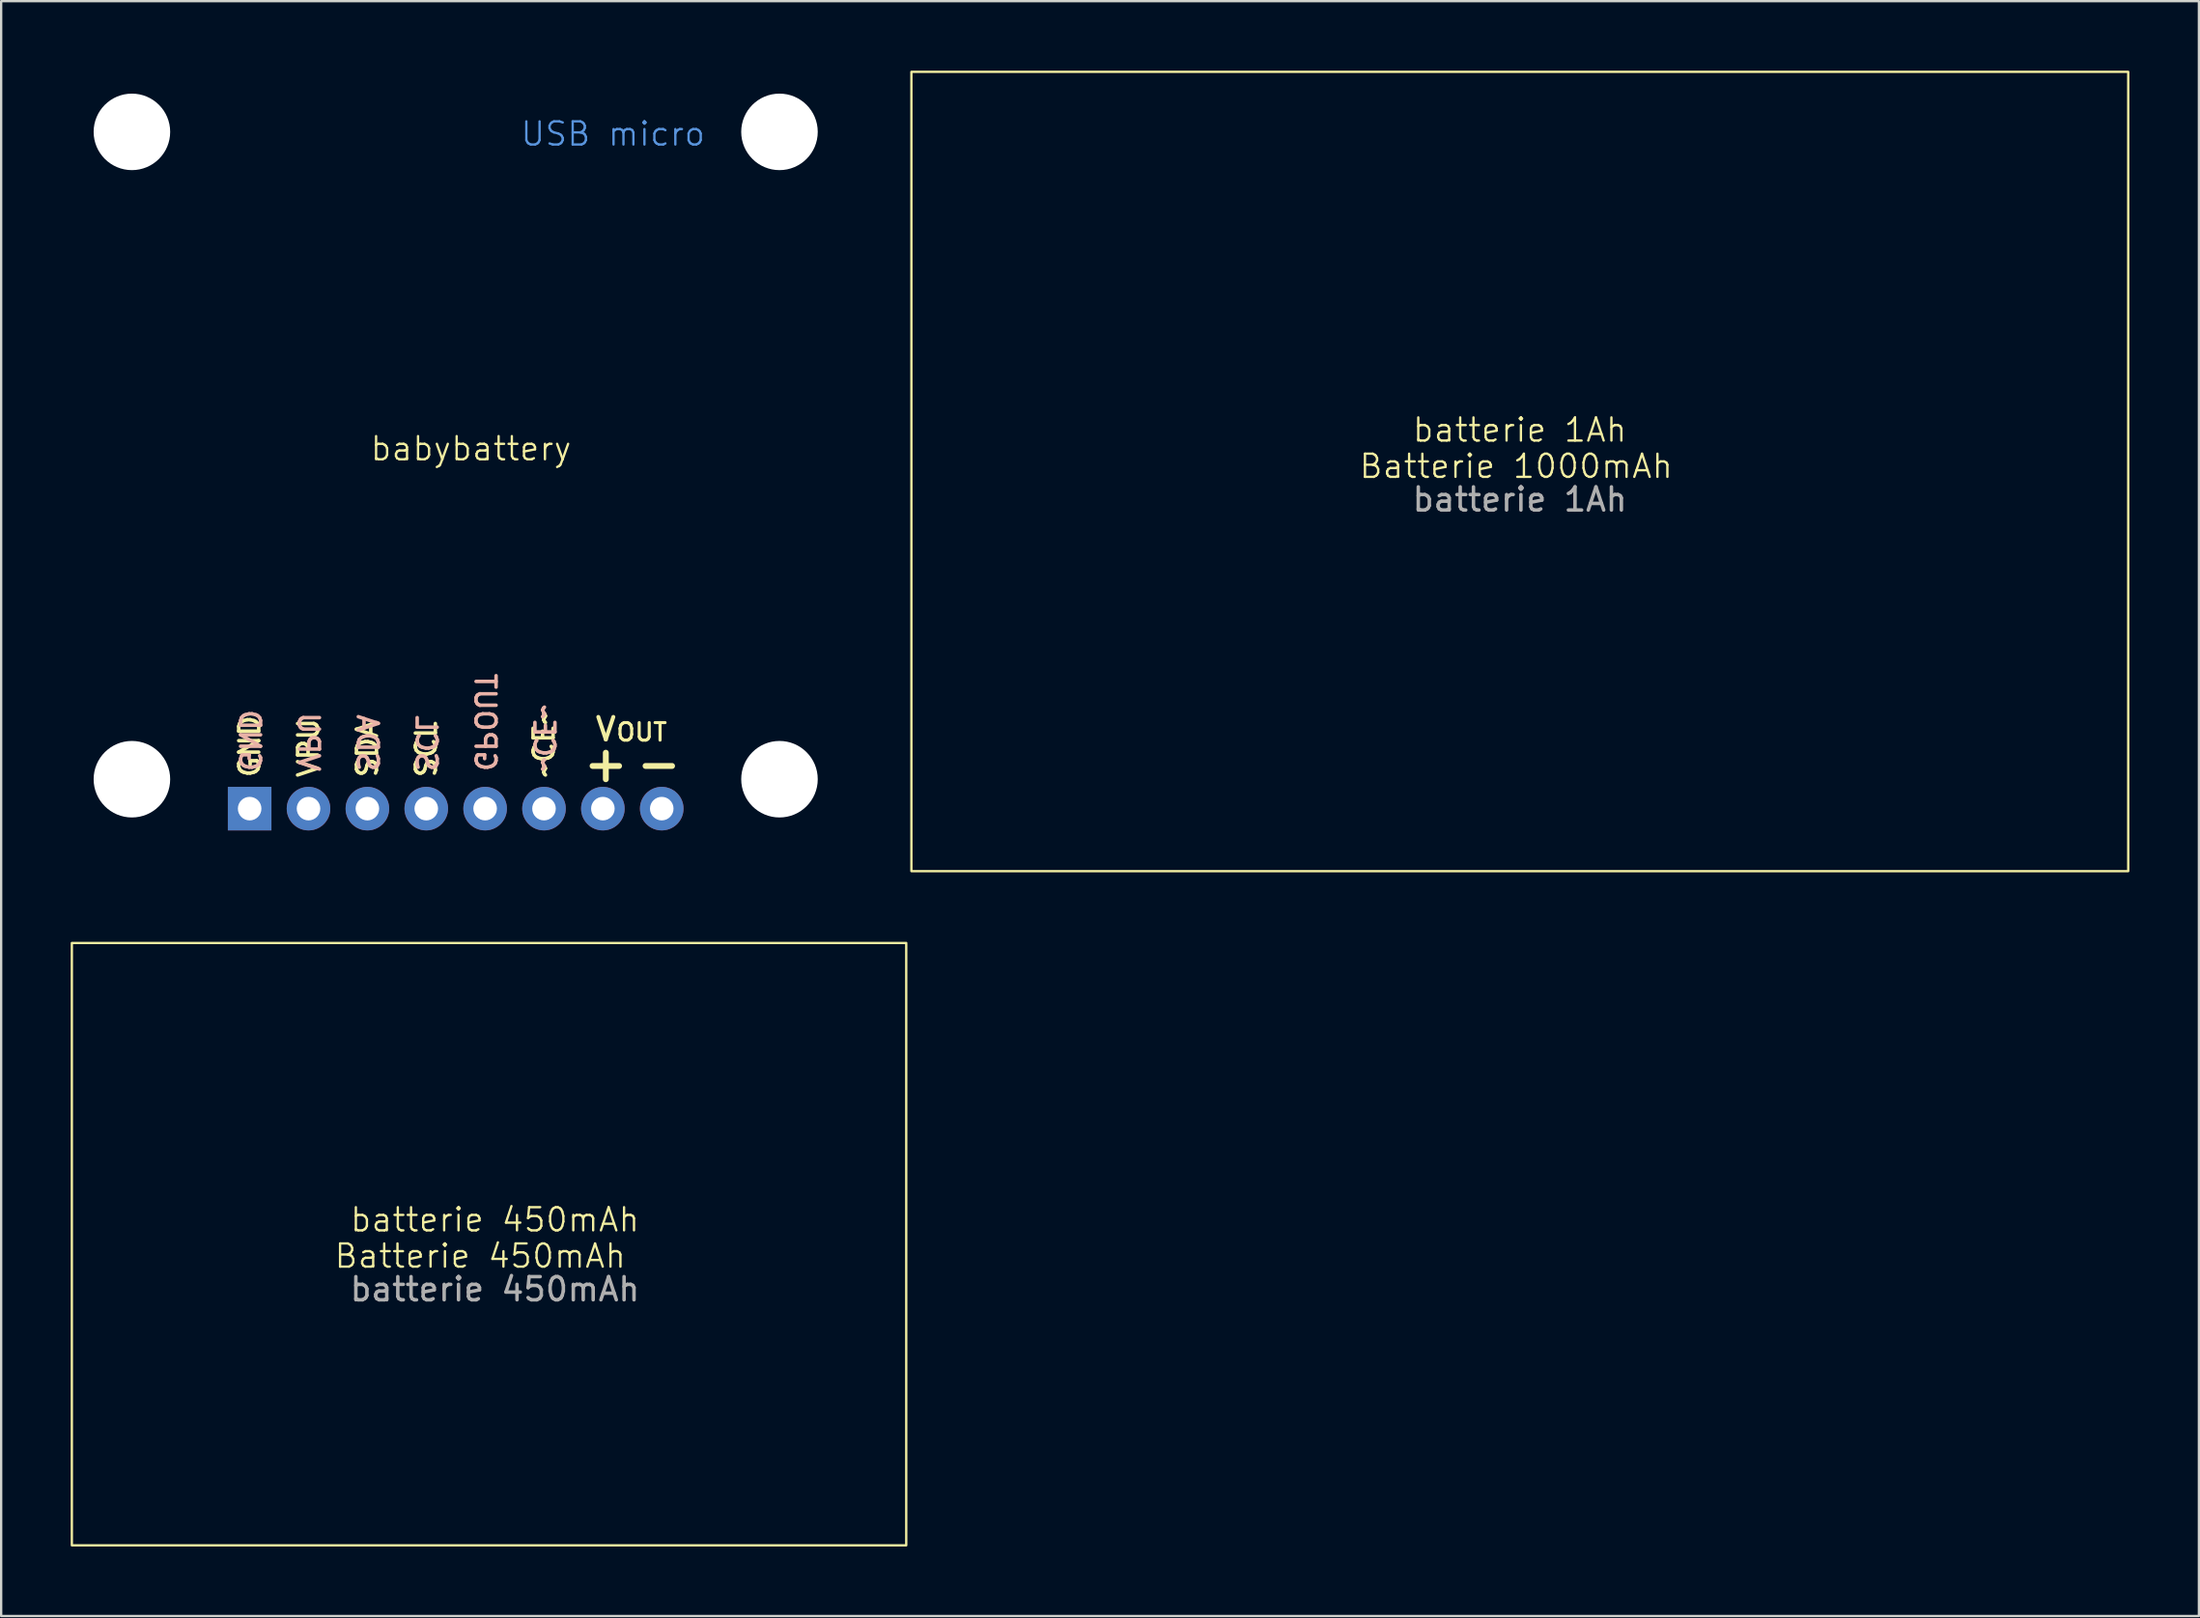
<source format=kicad_pcb>
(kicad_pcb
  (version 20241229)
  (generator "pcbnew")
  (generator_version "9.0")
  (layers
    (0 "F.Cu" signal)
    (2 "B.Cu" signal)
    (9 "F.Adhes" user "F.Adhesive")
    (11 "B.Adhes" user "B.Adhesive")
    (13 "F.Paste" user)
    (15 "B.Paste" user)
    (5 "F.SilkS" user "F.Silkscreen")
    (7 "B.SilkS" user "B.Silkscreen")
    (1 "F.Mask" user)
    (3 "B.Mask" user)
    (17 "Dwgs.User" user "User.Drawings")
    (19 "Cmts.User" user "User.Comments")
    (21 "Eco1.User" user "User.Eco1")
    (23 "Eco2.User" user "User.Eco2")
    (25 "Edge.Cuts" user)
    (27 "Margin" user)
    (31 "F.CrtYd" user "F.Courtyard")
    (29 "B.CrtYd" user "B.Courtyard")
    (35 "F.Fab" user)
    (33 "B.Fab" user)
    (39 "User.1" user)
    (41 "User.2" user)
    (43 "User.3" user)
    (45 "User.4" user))
  (footprint "babybattery"
    (layer "F.Cu")
    (at 17.221 16.815)
    (property "Reference" "babybattery" (at 0.051 -0.5 0) (unlocked yes) (layer "F.SilkS") (effects (font (size 1 1) (thickness 0.1))))
    (attr through_hole)
    (fp_line (start 5.867 12.624) (end 5.867 13.767) (stroke (width 0.254) (type solid)) (layer "F.SilkS"))
    (fp_line (start 6.439 13.195) (end 5.296 13.195) (stroke (width 0.254) (type solid)) (layer "F.SilkS"))
    (fp_line (start 8.725 13.195) (end 7.582 13.195) (stroke (width 0.254) (type solid)) (layer "F.SilkS"))
    (fp_line (start -17.12 -16.713) (end 15.9 -16.713) (stroke (width 0.203) (type solid)) (layer "User.1"))
    (fp_line (start -17.12 16.307) (end -17.12 -16.713) (stroke (width 0.203) (type solid)) (layer "User.1"))
    (fp_line (start -4 -14.211) (end -3.365 -14.211) (stroke (width 0.1) (type default)) (layer "User.1"))
    (fp_line (start -3.365 -14.846) (end -4 -14.211) (stroke (width 0.1) (type default)) (layer "User.1"))
    (fp_line (start -3.365 -14.846) (end -3.365 -15.481) (stroke (width 0.1) (type default)) (layer "User.1"))
    (fp_line (start -3.365 -14.211) (end -2.731 -14.211) (stroke (width 0.1) (type default)) (layer "User.1"))
    (fp_line (start -3.365 -13.576) (end -3.365 -14.211) (stroke (width 0.1) (type default)) (layer "User.1"))
    (fp_line (start -2.985 -14.846) (end -2.731 -15.1) (stroke (width 0.1) (type default)) (layer "User.1"))
    (fp_line (start -2.857 -15.227) (end -2.603 -15.227) (stroke (width 0.1) (type default)) (layer "User.1"))
    (fp_line (start -2.731 -15.1) (end -2.857 -15.227) (stroke (width 0.1) (type default)) (layer "User.1"))
    (fp_line (start -2.731 -15.1) (end -2.603 -14.973) (stroke (width 0.1) (type default)) (layer "User.1"))
    (fp_line (start -2.731 -14.592) (end -2.477 -14.846) (stroke (width 0.1) (type default)) (layer "User.1"))
    (fp_line (start -2.731 -14.211) (end -3.365 -14.846) (stroke (width 0.1) (type default)) (layer "User.1"))
    (fp_line (start -2.603 -15.227) (end -2.603 -14.973) (stroke (width 0.1) (type default)) (layer "User.1"))
    (fp_line (start -2.603 -14.973) (end -2.477 -14.846) (stroke (width 0.1) (type default)) (layer "User.1"))
    (fp_line (start -2.477 -14.846) (end -2.349 -14.719) (stroke (width 0.1) (type default)) (layer "User.1"))
    (fp_line (start -2.349 -14.973) (end -2.603 -14.973) (stroke (width 0.1) (type default)) (layer "User.1"))
    (fp_line (start -2.349 -14.719) (end -2.349 -14.973) (stroke (width 0.1) (type default)) (layer "User.1"))
    (fp_line (start -1.333 -14.211) (end -0.699 -14.211) (stroke (width 0.1) (type default)) (layer "User.1"))
    (fp_line (start -0.699 -14.846) (end -1.333 -14.211) (stroke (width 0.1) (type default)) (layer "User.1"))
    (fp_line (start -0.699 -14.846) (end -0.699 -15.481) (stroke (width 0.1) (type default)) (layer "User.1"))
    (fp_line (start -0.699 -14.211) (end -0.064 -14.211) (stroke (width 0.1) (type default)) (layer "User.1"))
    (fp_line (start -0.699 -13.576) (end -0.699 -14.211) (stroke (width 0.1) (type default)) (layer "User.1"))
    (fp_line (start -0.318 -14.846) (end -0.064 -15.1) (stroke (width 0.1) (type default)) (layer "User.1"))
    (fp_line (start -0.191 -15.227) (end 0.064 -15.227) (stroke (width 0.1) (type default)) (layer "User.1"))
    (fp_line (start -0.064 -15.1) (end -0.191 -15.227) (stroke (width 0.1) (type default)) (layer "User.1"))
    (fp_line (start -0.064 -15.1) (end 0.064 -14.973) (stroke (width 0.1) (type default)) (layer "User.1"))
    (fp_line (start -0.064 -14.592) (end 0.191 -14.846) (stroke (width 0.1) (type default)) (layer "User.1"))
    (fp_line (start -0.064 -14.211) (end -0.699 -14.846) (stroke (width 0.1) (type default)) (layer "User.1"))
    (fp_line (start 0.064 -15.227) (end 0.064 -14.973) (stroke (width 0.1) (type default)) (layer "User.1"))
    (fp_line (start 0.064 -14.973) (end 0.191 -14.846) (stroke (width 0.1) (type default)) (layer "User.1"))
    (fp_line (start 0.191 -14.846) (end 0.318 -14.719) (stroke (width 0.1) (type default)) (layer "User.1"))
    (fp_line (start 0.318 -14.973) (end 0.064 -14.973) (stroke (width 0.1) (type default)) (layer "User.1"))
    (fp_line (start 0.318 -14.719) (end 0.318 -14.973) (stroke (width 0.1) (type default)) (layer "User.1"))
    (fp_line (start 15.9 -16.713) (end 15.9 16.307) (stroke (width 0.203) (type solid)) (layer "User.1"))
    (fp_line (start 15.9 16.307) (end -17.12 16.307) (stroke (width 0.203) (type solid)) (layer "User.1"))
    (fp_rect (start -4.191 -16.116) (end -2.159 -13.068) (stroke (width 0.1) (type default)) (fill no) (layer "User.1"))
    (fp_rect (start -1.524 -16.116) (end 0.508 -13.068) (stroke (width 0.1) (type default)) (fill no) (layer "User.1"))
    (fp_text user "SCL" (at -1.88 13.767 90) (unlocked yes) (layer "F.SilkS") (effects (font (size 0.864 0.864) (thickness 0.152)) (justify left)))
    (fp_text user "VPU" (at -6.96 13.767 90) (unlocked yes) (layer "F.SilkS") (effects (font (size 0.864 0.864) (thickness 0.152)) (justify left)))
    (fp_text user "V" (at 5.867 12.179 0) (unlocked yes) (layer "F.SilkS") (effects (font (size 0.972 0.972) (thickness 0.171)) (justify bottom)))
    (fp_text user "~CE~" (at 3.2 13.767 90) (unlocked yes) (layer "F.SilkS") (effects (font (size 0.864 0.864) (thickness 0.152)) (justify left)))
    (fp_text user "SDA" (at -4.42 13.767 90) (unlocked yes) (layer "F.SilkS") (effects (font (size 0.864 0.864) (thickness 0.152)) (justify left)))
    (fp_text user "OUT" (at 6.248 12.179 0) (unlocked yes) (layer "F.SilkS") (effects (font (size 0.756 0.756) (thickness 0.133)) (justify left bottom)))
    (fp_text user "GND" (at -9.5 13.767 90) (unlocked yes) (layer "F.SilkS") (effects (font (size 0.864 0.864) (thickness 0.152)) (justify left)))
    (fp_text user "~CE~" (at 3.2 13.513 270) (unlocked yes) (layer "B.SilkS") (effects (font (size 0.864 0.864) (thickness 0.152)) (justify left mirror)))
    (fp_text user "GPOUT" (at 0.66 13.513 270) (unlocked yes) (layer "B.SilkS") (effects (font (size 0.864 0.864) (thickness 0.152)) (justify left mirror)))
    (fp_text user "GND" (at -9.5 13.513 270) (unlocked yes) (layer "B.SilkS") (effects (font (size 0.864 0.864) (thickness 0.152)) (justify left mirror)))
    (fp_text user "SCL" (at -1.88 13.513 270) (unlocked yes) (layer "B.SilkS") (effects (font (size 0.864 0.864) (thickness 0.152)) (justify left mirror)))
    (fp_text user "SDA" (at -4.42 13.513 270) (unlocked yes) (layer "B.SilkS") (effects (font (size 0.864 0.864) (thickness 0.152)) (justify left mirror)))
    (fp_text user "VPU" (at -6.96 13.513 270) (unlocked yes) (layer "B.SilkS") (effects (font (size 0.864 0.864) (thickness 0.152)) (justify left mirror)))
    (fp_text user "USB micro" (at 2.134 -13.5 0) (unlocked yes) (layer "Cmts.User") (effects (font (size 1 1) (thickness 0.1)) (justify left bottom)))
    (fp_text user "témoin recharge" (at -2.54 0.267 90) (unlocked yes) (layer "User.1") (effects (font (size 1 1) (thickness 0.15)) (justify left bottom)))
    (fp_text user "témoin batterie" (at -0.127 -0.495 90) (unlocked yes) (layer "User.1") (effects (font (size 1 1) (thickness 0.15)) (justify left bottom)))
    (pad "" np_thru_hole circle (at -14.58 -14.173) (size 3.302 3.302) (drill 3.302) (layers "*.Cu" "*.Mask"))
    (pad "" np_thru_hole circle (at -14.58 13.767) (size 3.302 3.302) (drill 3.302) (layers "*.Cu" "*.Mask"))
    (pad "" np_thru_hole circle (at 13.36 -14.173) (size 3.302 3.302) (drill 3.302) (layers "*.Cu" "*.Mask"))
    (pad "" np_thru_hole circle (at 13.36 13.767) (size 3.302 3.302) (drill 3.302) (layers "*.Cu" "*.Mask"))
    (pad "1" thru_hole rect (at -9.5 15.037 90) (size 1.88 1.88) (drill 1.016) (layers "*.Cu" "*.Mask") (remove_unused_layers yes) (keep_end_layers yes) (zone_layer_connections))
    (pad "2" thru_hole circle (at -6.96 15.037 90) (size 1.88 1.88) (drill 1.016) (layers "*.Cu" "*.Mask") (remove_unused_layers yes) (keep_end_layers yes) (zone_layer_connections))
    (pad "3" thru_hole circle (at -4.42 15.037 90) (size 1.88 1.88) (drill 1.016) (layers "*.Cu" "*.Mask") (remove_unused_layers yes) (keep_end_layers yes) (zone_layer_connections))
    (pad "4" thru_hole circle (at -1.88 15.037 90) (size 1.88 1.88) (drill 1.016) (layers "*.Cu" "*.Mask") (remove_unused_layers yes) (keep_end_layers yes) (zone_layer_connections))
    (pad "5" thru_hole circle (at 0.66 15.037 270) (size 1.88 1.88) (drill 1.016) (layers "*.Cu" "*.Mask") (remove_unused_layers yes) (keep_end_layers yes) (zone_layer_connections))
    (pad "6" thru_hole circle (at 3.2 15.037 270) (size 1.88 1.88) (drill 1.016) (layers "*.Cu" "*.Mask") (remove_unused_layers yes) (keep_end_layers yes) (zone_layer_connections))
    (pad "7" thru_hole circle (at 5.74 15.037 270) (size 1.88 1.88) (drill 1.016) (layers "*.Cu" "*.Mask") (remove_unused_layers yes) (keep_end_layers yes) (zone_layer_connections))
    (pad "8" thru_hole circle (at 8.28 15.037 270) (size 1.88 1.88) (drill 1.016) (layers "*.Cu" "*.Mask") (remove_unused_layers yes) (keep_end_layers yes) (zone_layer_connections)))
  (footprint "batterie 1Ah"
    (layer "F.Cu")
    (at 62.523 16.008)
    (property "Reference" "batterie 1Ah" (at 0 -0.5 0) (unlocked yes) (layer "F.SilkS") (effects (font (size 1 1) (thickness 0.1))))
    (attr smd)
    (fp_rect (start -26.25 -15.958) (end 26.25 18.542) (stroke (width 0.1) (type default)) (fill no) (layer "F.SilkS"))
    (fp_text user "Batterie 1000mAh" (at -6.985 1.651 0) (unlocked yes) (layer "F.SilkS") (effects (font (size 1 1) (thickness 0.1)) (justify left bottom)))
    (fp_text user "${REFERENCE}" (at 0 2.5 0) (unlocked yes) (layer "F.Fab") (effects (font (size 1 1) (thickness 0.15)))))
  (footprint "batterie 450mAh"
    (layer "F.Cu")
    (at 18.304 50.096)
    (property "Reference" "batterie 450mAh" (at 0 -0.5 0) (unlocked yes) (layer "F.SilkS") (effects (font (size 1 1) (thickness 0.1))))
    (attr smd)
    (fp_rect (start -18.254 -12.446) (end 17.746 13.554) (stroke (width 0.1) (type default)) (fill no) (layer "F.SilkS"))
    (fp_text user "Batterie 450mAh" (at -6.985 1.651 0) (unlocked yes) (layer "F.SilkS") (effects (font (size 1 1) (thickness 0.1)) (justify left bottom)))
    (fp_text user "${REFERENCE}" (at 0 2.5 0) (unlocked yes) (layer "F.Fab") (effects (font (size 1 1) (thickness 0.15)))))
  (gr_rect
    (start -3 -3)
    (end 91.823 66.7)
    (stroke (width 0.1) (type default))
    (fill no)
    (layer "Edge.Cuts")))
</source>
